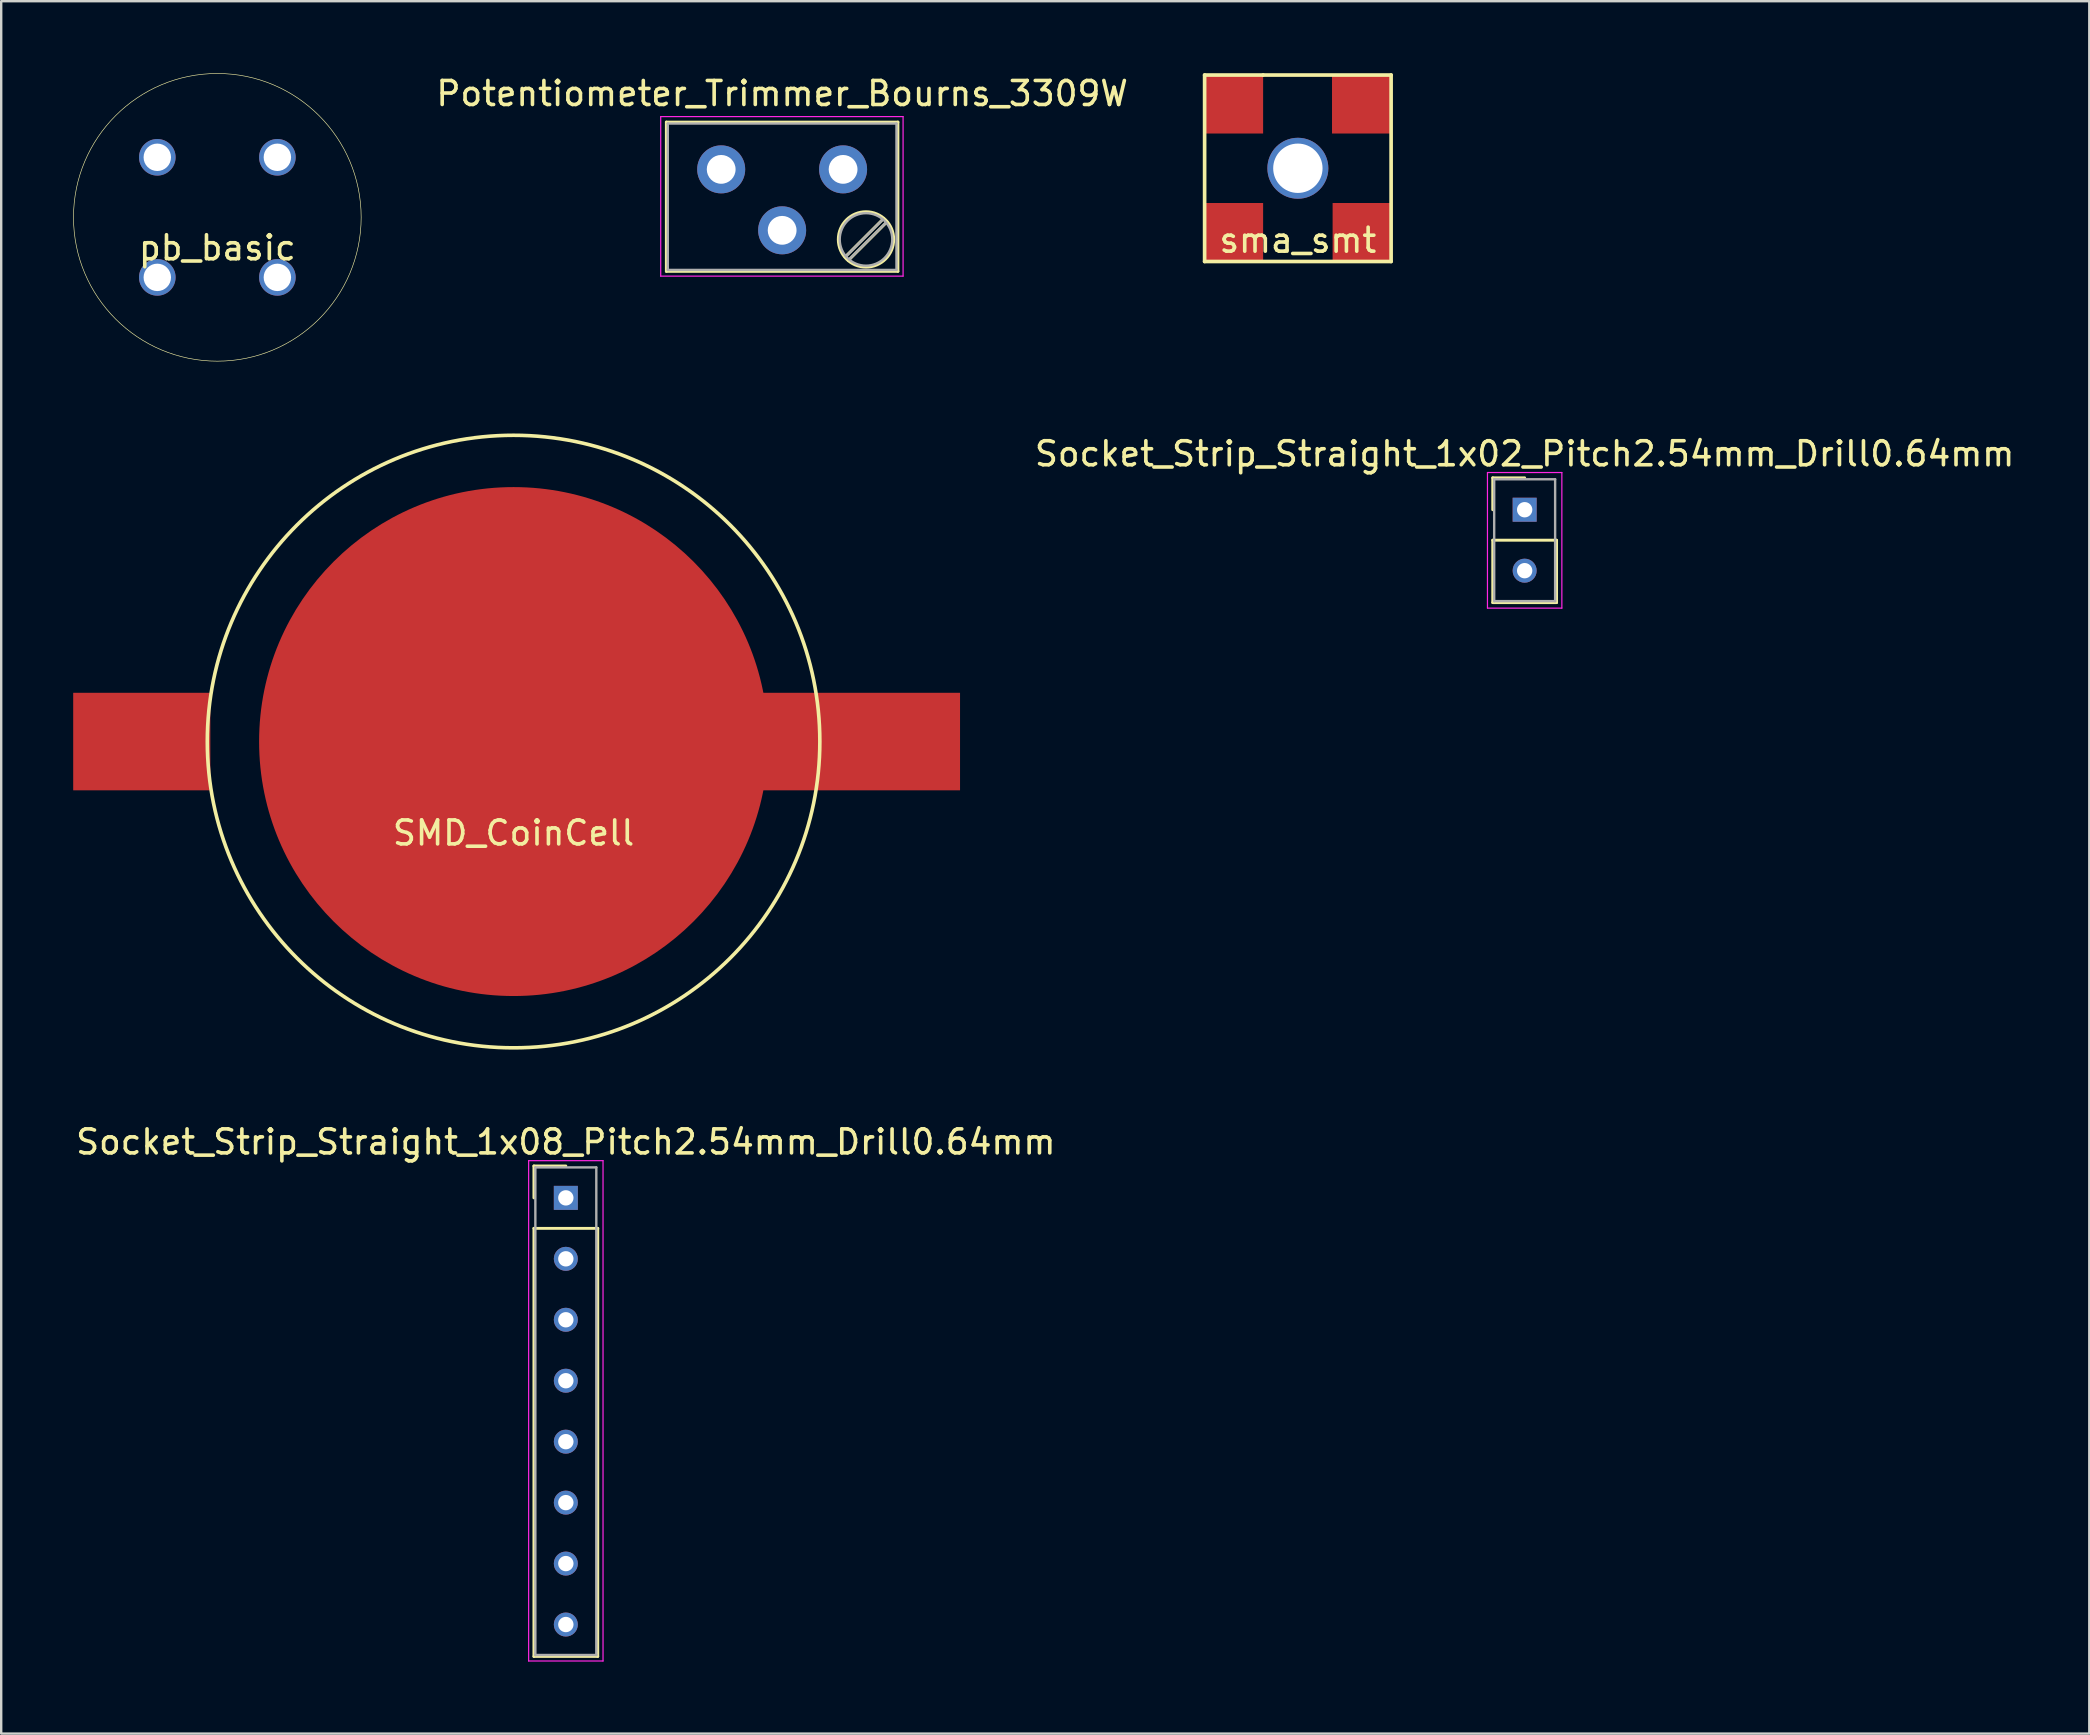
<source format=kicad_pcb>
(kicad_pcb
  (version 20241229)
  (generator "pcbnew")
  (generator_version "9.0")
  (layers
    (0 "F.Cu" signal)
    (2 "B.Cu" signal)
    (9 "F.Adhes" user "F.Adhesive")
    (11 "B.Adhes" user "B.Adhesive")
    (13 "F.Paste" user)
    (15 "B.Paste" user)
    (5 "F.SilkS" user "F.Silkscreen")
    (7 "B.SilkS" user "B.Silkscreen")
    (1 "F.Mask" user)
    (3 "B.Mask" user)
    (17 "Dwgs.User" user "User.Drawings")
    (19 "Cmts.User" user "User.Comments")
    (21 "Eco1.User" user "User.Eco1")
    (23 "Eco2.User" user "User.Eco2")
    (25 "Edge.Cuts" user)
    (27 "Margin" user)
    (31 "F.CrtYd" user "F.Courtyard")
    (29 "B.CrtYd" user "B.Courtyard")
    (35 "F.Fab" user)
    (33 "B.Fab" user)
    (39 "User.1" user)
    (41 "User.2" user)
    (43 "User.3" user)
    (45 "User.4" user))
  (footprint "Potentiometer_Trimmer_Bourns_3309W"
    (layer "F.Cu")
    (at 32.084 4.008)
    (property "Reference" "Potentiometer_Trimmer_Bourns_3309W" (at -2.54 -3.16 0) (layer "F.SilkS") (effects (font (size 1 1) (thickness 0.15))))
    (attr through_hole)
    (fp_line (start -7.365 -1.97) (end -7.365 4.25) (stroke (width 0.12) (type solid)) (layer "F.SilkS"))
    (fp_line (start -7.365 -1.97) (end 2.285 -1.97) (stroke (width 0.12) (type solid)) (layer "F.SilkS"))
    (fp_line (start -7.365 4.25) (end 2.285 4.25) (stroke (width 0.12) (type solid)) (layer "F.SilkS"))
    (fp_line (start 1.691 2.045) (end 0.079 3.655) (stroke (width 0.12) (type solid)) (layer "F.SilkS"))
    (fp_line (start 1.831 2.186) (end 0.22 3.796) (stroke (width 0.12) (type solid)) (layer "F.SilkS"))
    (fp_line (start 2.285 -1.97) (end 2.285 4.25) (stroke (width 0.12) (type solid)) (layer "F.SilkS"))
    (fp_circle (center 0.955 2.92) (end 2.11 2.92) (stroke (width 0.12) (type solid)) (fill no) (layer "F.SilkS"))
    (fp_line (start -7.6 -2.2) (end -7.6 4.45) (stroke (width 0.05) (type solid)) (layer "F.CrtYd"))
    (fp_line (start -7.6 4.45) (end 2.5 4.45) (stroke (width 0.05) (type solid)) (layer "F.CrtYd"))
    (fp_line (start 2.5 -2.2) (end -7.6 -2.2) (stroke (width 0.05) (type solid)) (layer "F.CrtYd"))
    (fp_line (start 2.5 4.45) (end 2.5 -2.2) (stroke (width 0.05) (type solid)) (layer "F.CrtYd"))
    (fp_line (start -7.305 -1.91) (end -7.305 4.19) (stroke (width 0.1) (type solid)) (layer "F.Fab"))
    (fp_line (start -7.305 4.19) (end 2.225 4.19) (stroke (width 0.1) (type solid)) (layer "F.Fab"))
    (fp_line (start 1.652 2.09) (end 0.125 3.617) (stroke (width 0.1) (type solid)) (layer "F.Fab"))
    (fp_line (start 1.786 2.224) (end 0.259 3.751) (stroke (width 0.1) (type solid)) (layer "F.Fab"))
    (fp_line (start 2.225 -1.91) (end -7.305 -1.91) (stroke (width 0.1) (type solid)) (layer "F.Fab"))
    (fp_line (start 2.225 4.19) (end 2.225 -1.91) (stroke (width 0.1) (type solid)) (layer "F.Fab"))
    (fp_circle (center 0.955 2.92) (end 2.05 2.92) (stroke (width 0.1) (type solid)) (fill no) (layer "F.Fab"))
    (pad "1" thru_hole circle (at -5.08 0) (size 2 2) (drill 1.2) (layers "*.Cu" "*.Mask"))
    (pad "2" thru_hole circle (at -2.54 2.54) (size 2 2) (drill 1.2) (layers "*.Cu" "*.Mask"))
    (pad "3" thru_hole circle (at 0 0) (size 2 2) (drill 1.2) (layers "*.Cu" "*.Mask")))
  (footprint "Socket_Strip_Straight_1x02_Pitch2.54mm_Drill0.64mm"
    (layer "F.Cu")
    (at 60.487 18.192)
    (property "Reference" "Socket_Strip_Straight_1x02_Pitch2.54mm_Drill0.64mm" (at 0 -2.33 0) (layer "F.SilkS") (effects (font (size 1 1) (thickness 0.15))))
    (attr through_hole)
    (fp_line (start -1.33 -1.33) (end 0 -1.33) (stroke (width 0.12) (type solid)) (layer "F.SilkS"))
    (fp_line (start -1.33 0) (end -1.33 -1.33) (stroke (width 0.12) (type solid)) (layer "F.SilkS"))
    (fp_line (start -1.33 1.27) (end -1.33 3.87) (stroke (width 0.12) (type solid)) (layer "F.SilkS"))
    (fp_line (start -1.33 3.87) (end 1.33 3.87) (stroke (width 0.12) (type solid)) (layer "F.SilkS"))
    (fp_line (start 1.33 1.27) (end -1.33 1.27) (stroke (width 0.12) (type solid)) (layer "F.SilkS"))
    (fp_line (start 1.33 3.87) (end 1.33 1.27) (stroke (width 0.12) (type solid)) (layer "F.SilkS"))
    (fp_line (start -1.55 -1.55) (end -1.55 4.1) (stroke (width 0.05) (type solid)) (layer "F.CrtYd"))
    (fp_line (start -1.55 4.1) (end 1.55 4.1) (stroke (width 0.05) (type solid)) (layer "F.CrtYd"))
    (fp_line (start 1.55 -1.55) (end -1.55 -1.55) (stroke (width 0.05) (type solid)) (layer "F.CrtYd"))
    (fp_line (start 1.55 4.1) (end 1.55 -1.55) (stroke (width 0.05) (type solid)) (layer "F.CrtYd"))
    (fp_line (start -1.27 -1.27) (end -1.27 3.81) (stroke (width 0.1) (type solid)) (layer "F.Fab"))
    (fp_line (start -1.27 3.81) (end 1.27 3.81) (stroke (width 0.1) (type solid)) (layer "F.Fab"))
    (fp_line (start 1.27 -1.27) (end -1.27 -1.27) (stroke (width 0.1) (type solid)) (layer "F.Fab"))
    (fp_line (start 1.27 3.81) (end 1.27 -1.27) (stroke (width 0.1) (type solid)) (layer "F.Fab"))
    (pad "1" thru_hole rect (at 0 0) (size 1 1) (drill 0.64) (layers "*.Cu" "*.Mask"))
    (pad "2" thru_hole oval (at 0 2.54) (size 1 1) (drill 0.64) (layers "*.Cu" "*.Mask")))
  (footprint "SMD_CoinCell"
    (layer "F.Cu")
    (at 18.352 27.853)
    (property "Reference" "SMD_CoinCell" (at 0 3.81 0) (layer "F.SilkS") (effects (font (size 1 1) (thickness 0.15))))
    (attr through_hole)
    (fp_circle (center 0 0) (end 12.7 1.27) (stroke (width 0.15) (type solid)) (fill no) (layer "F.SilkS"))
    (pad "1" smd circle (at 0 0) (size 21.209 21.209) (layers "F.Cu" "F.Mask" "F.Paste"))
    (pad "2" smd rect (at -15.494 0) (size 5.715 4.064) (layers "F.Cu" "F.Mask" "F.Paste"))
    (pad "3" smd rect (at 14.478 0) (size 8.255 4.064) (layers "F.Cu" "F.Mask" "F.Paste")))
  (footprint "Socket_Strip_Straight_1x08_Pitch2.54mm_Drill0.64mm"
    (layer "F.Cu")
    (at 20.53 46.869)
    (property "Reference" "Socket_Strip_Straight_1x08_Pitch2.54mm_Drill0.64mm" (at 0 -2.33 0) (layer "F.SilkS") (effects (font (size 1 1) (thickness 0.15))))
    (attr through_hole)
    (fp_line (start -1.33 -1.33) (end 0 -1.33) (stroke (width 0.12) (type solid)) (layer "F.SilkS"))
    (fp_line (start -1.33 0) (end -1.33 -1.33) (stroke (width 0.12) (type solid)) (layer "F.SilkS"))
    (fp_line (start -1.33 1.27) (end -1.33 19.11) (stroke (width 0.12) (type solid)) (layer "F.SilkS"))
    (fp_line (start -1.33 19.11) (end 1.33 19.11) (stroke (width 0.12) (type solid)) (layer "F.SilkS"))
    (fp_line (start 1.33 1.27) (end -1.33 1.27) (stroke (width 0.12) (type solid)) (layer "F.SilkS"))
    (fp_line (start 1.33 19.11) (end 1.33 1.27) (stroke (width 0.12) (type solid)) (layer "F.SilkS"))
    (fp_line (start -1.55 -1.55) (end -1.55 19.3) (stroke (width 0.05) (type solid)) (layer "F.CrtYd"))
    (fp_line (start -1.55 19.3) (end 1.55 19.3) (stroke (width 0.05) (type solid)) (layer "F.CrtYd"))
    (fp_line (start 1.55 -1.55) (end -1.55 -1.55) (stroke (width 0.05) (type solid)) (layer "F.CrtYd"))
    (fp_line (start 1.55 19.3) (end 1.55 -1.55) (stroke (width 0.05) (type solid)) (layer "F.CrtYd"))
    (fp_line (start -1.27 -1.27) (end -1.27 19.05) (stroke (width 0.1) (type solid)) (layer "F.Fab"))
    (fp_line (start -1.27 19.05) (end 1.27 19.05) (stroke (width 0.1) (type solid)) (layer "F.Fab"))
    (fp_line (start 1.27 -1.27) (end -1.27 -1.27) (stroke (width 0.1) (type solid)) (layer "F.Fab"))
    (fp_line (start 1.27 19.05) (end 1.27 -1.27) (stroke (width 0.1) (type solid)) (layer "F.Fab"))
    (pad "1" thru_hole rect (at 0 0) (size 1 1) (drill 0.64) (layers "*.Cu" "*.Mask"))
    (pad "2" thru_hole oval (at 0 2.54) (size 1 1) (drill 0.64) (layers "*.Cu" "*.Mask"))
    (pad "3" thru_hole oval (at 0 5.08) (size 1 1) (drill 0.64) (layers "*.Cu" "*.Mask"))
    (pad "4" thru_hole oval (at 0 7.62) (size 1 1) (drill 0.64) (layers "*.Cu" "*.Mask"))
    (pad "5" thru_hole oval (at 0 10.16) (size 1 1) (drill 0.64) (layers "*.Cu" "*.Mask"))
    (pad "6" thru_hole oval (at 0 12.7) (size 1 1) (drill 0.64) (layers "*.Cu" "*.Mask"))
    (pad "7" thru_hole oval (at 0 15.24) (size 1 1) (drill 0.64) (layers "*.Cu" "*.Mask"))
    (pad "8" thru_hole oval (at 0 17.78) (size 1 1) (drill 0.64) (layers "*.Cu" "*.Mask")))
  (footprint "pb_basic"
    (layer "F.Cu")
    (at 6.007 6.007)
    (property "Reference" "pb_basic" (at 0 1.27 0) (layer "F.SilkS") (effects (font (size 1 1) (thickness 0.15))))
    (attr through_hole)
    (fp_circle (center 0 0) (end 5.994 0.013) (stroke (width 0.025) (type solid)) (fill no) (layer "F.SilkS"))
    (pad "1" thru_hole circle (at -2.502 -2.502) (size 1.524 1.524) (drill 1.143) (layers "*.Cu" "*.Mask"))
    (pad "2" thru_hole circle (at 2.502 -2.502) (size 1.524 1.524) (drill 1.143) (layers "*.Cu" "*.Mask"))
    (pad "3" thru_hole circle (at -2.502 2.502) (size 1.524 1.524) (drill 1.143) (layers "*.Cu" "*.Mask"))
    (pad "4" thru_hole circle (at 2.502 2.502) (size 1.524 1.524) (drill 1.143) (layers "*.Cu" "*.Mask")))
  (footprint "sma_smt"
    (layer "F.Cu")
    (at 51.036 3.962)
    (property "Reference" "sma_smt" (at 0 3 0) (layer "F.SilkS") (effects (font (size 1 1) (thickness 0.15))))
    (attr through_hole)
    (fp_line (start -3.886 -3.886) (end -1.448 -3.886) (stroke (width 0.152) (type solid)) (layer "F.SilkS"))
    (fp_line (start -3.886 3.886) (end -3.886 -3.886) (stroke (width 0.152) (type solid)) (layer "F.SilkS"))
    (fp_line (start -1.448 -3.886) (end 3.886 -3.886) (stroke (width 0.152) (type solid)) (layer "F.SilkS"))
    (fp_line (start 3.886 -3.886) (end 3.886 3.886) (stroke (width 0.152) (type solid)) (layer "F.SilkS"))
    (fp_line (start 3.886 3.886) (end -3.886 3.886) (stroke (width 0.152) (type solid)) (layer "F.SilkS"))
    (pad "1" smd rect (at -2.667 -2.667) (size 2.438 2.438) (layers "F.Cu" "F.Mask" "F.Paste"))
    (pad "1" smd rect (at -2.667 2.667) (size 2.438 2.438) (layers "F.Cu" "F.Mask" "F.Paste"))
    (pad "1" smd rect (at 2.642 -2.667) (size 2.438 2.438) (layers "F.Cu" "F.Mask" "F.Paste"))
    (pad "1" smd rect (at 2.667 2.667) (size 2.438 2.438) (layers "F.Cu" "F.Mask" "F.Paste"))
    (pad "2" thru_hole circle (at 0 0) (size 2.54 2.54) (drill 2.057) (layers "*.Cu" "*.Mask")))
  (gr_rect
    (start -3 -3)
    (end 84.017 69.194)
    (stroke (width 0.1) (type default))
    (fill no)
    (layer "Edge.Cuts")))
</source>
